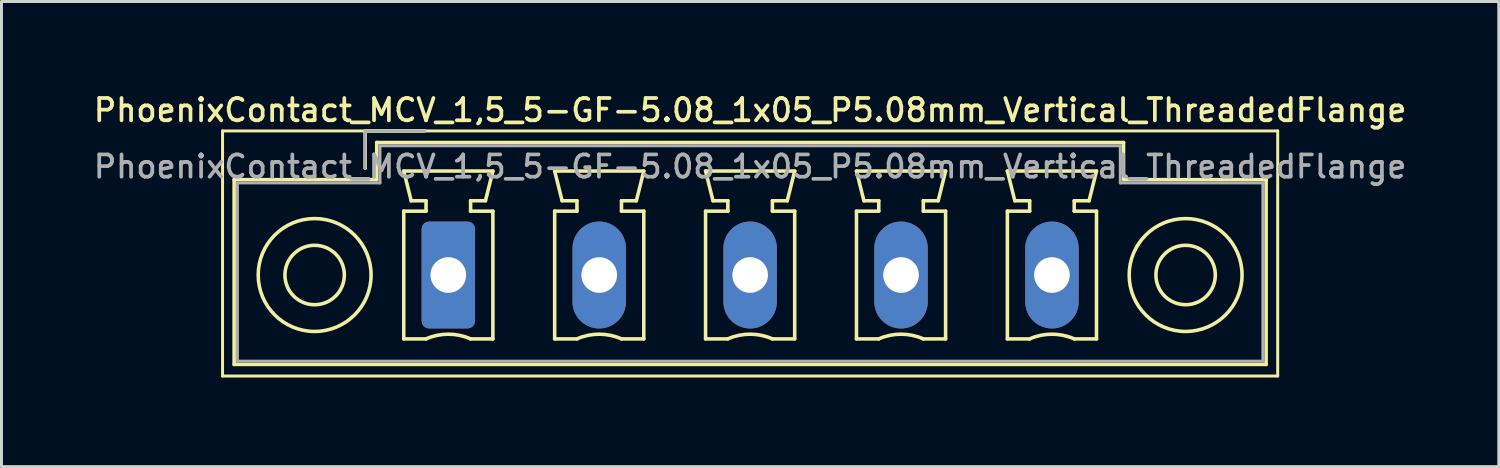
<source format=kicad_pcb>
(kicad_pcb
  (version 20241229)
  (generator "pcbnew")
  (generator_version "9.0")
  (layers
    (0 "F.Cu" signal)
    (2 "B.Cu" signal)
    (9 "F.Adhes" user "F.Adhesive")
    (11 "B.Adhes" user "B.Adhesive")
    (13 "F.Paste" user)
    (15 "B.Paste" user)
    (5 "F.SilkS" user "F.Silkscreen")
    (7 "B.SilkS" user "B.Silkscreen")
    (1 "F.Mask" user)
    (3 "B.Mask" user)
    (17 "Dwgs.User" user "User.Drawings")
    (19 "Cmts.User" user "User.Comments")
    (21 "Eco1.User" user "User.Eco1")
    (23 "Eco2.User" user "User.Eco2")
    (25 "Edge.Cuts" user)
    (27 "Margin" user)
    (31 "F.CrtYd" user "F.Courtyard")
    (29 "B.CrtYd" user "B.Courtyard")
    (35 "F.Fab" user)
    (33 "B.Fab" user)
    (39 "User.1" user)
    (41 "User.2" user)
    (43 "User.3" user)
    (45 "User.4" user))
  (footprint "PhoenixContact_MCV_1,5_5-GF-5.08_1x05_P5.08mm_Vertical_ThreadedFlange"
    (layer "F.Cu")
    (at 12.042 6.208)
    (property "Reference" "PhoenixContact_MCV_1,5_5-GF-5.08_1x05_P5.08mm_Vertical_ThreadedFlange" (at 10.16 -5.55 0) (layer "F.SilkS") (effects (font (size 0.75 0.75) (thickness 0.125))))
    (attr through_hole)
    (fp_line (start -7.6 -4.85) (end -7.6 3.4) (stroke (width 0.1) (type solid)) (layer "F.SilkS"))
    (fp_line (start -7.6 3.4) (end 27.92 3.4) (stroke (width 0.1) (type solid)) (layer "F.SilkS"))
    (fp_line (start -7.21 -3.21) (end -7.21 3.01) (stroke (width 0.12) (type solid)) (layer "F.SilkS"))
    (fp_line (start -7.21 3.01) (end 27.53 3.01) (stroke (width 0.12) (type solid)) (layer "F.SilkS"))
    (fp_line (start -2.8 -4.85) (end -0.8 -4.85) (stroke (width 0.12) (type solid)) (layer "F.SilkS"))
    (fp_line (start -2.8 -3.6) (end -2.8 -4.85) (stroke (width 0.12) (type solid)) (layer "F.SilkS"))
    (fp_line (start -2.41 -4.46) (end -2.41 -3.21) (stroke (width 0.12) (type solid)) (layer "F.SilkS"))
    (fp_line (start -2.41 -3.21) (end -7.21 -3.21) (stroke (width 0.12) (type solid)) (layer "F.SilkS"))
    (fp_line (start -1.5 -3.5) (end 1.5 -3.5) (stroke (width 0.12) (type solid)) (layer "F.SilkS"))
    (fp_line (start -1.5 -2.15) (end -0.75 -2.15) (stroke (width 0.12) (type solid)) (layer "F.SilkS"))
    (fp_line (start -1.5 2.15) (end -1.5 -2.15) (stroke (width 0.12) (type solid)) (layer "F.SilkS"))
    (fp_line (start -1.25 -2.5) (end -1.5 -3.5) (stroke (width 0.12) (type solid)) (layer "F.SilkS"))
    (fp_line (start -0.75 -2.5) (end -1.25 -2.5) (stroke (width 0.12) (type solid)) (layer "F.SilkS"))
    (fp_line (start -0.75 -2.15) (end -0.75 -2.5) (stroke (width 0.12) (type solid)) (layer "F.SilkS"))
    (fp_line (start -0.75 2.15) (end -1.5 2.15) (stroke (width 0.12) (type solid)) (layer "F.SilkS"))
    (fp_line (start 0.75 -2.5) (end 0.75 -2.15) (stroke (width 0.12) (type solid)) (layer "F.SilkS"))
    (fp_line (start 0.75 -2.15) (end 1.5 -2.15) (stroke (width 0.12) (type solid)) (layer "F.SilkS"))
    (fp_line (start 1.25 -2.5) (end 0.75 -2.5) (stroke (width 0.12) (type solid)) (layer "F.SilkS"))
    (fp_line (start 1.5 -3.5) (end 1.25 -2.5) (stroke (width 0.12) (type solid)) (layer "F.SilkS"))
    (fp_line (start 1.5 -2.15) (end 1.5 2.15) (stroke (width 0.12) (type solid)) (layer "F.SilkS"))
    (fp_line (start 1.5 2.15) (end 0.75 2.15) (stroke (width 0.12) (type solid)) (layer "F.SilkS"))
    (fp_line (start 3.58 -3.5) (end 6.58 -3.5) (stroke (width 0.12) (type solid)) (layer "F.SilkS"))
    (fp_line (start 3.58 -2.15) (end 4.33 -2.15) (stroke (width 0.12) (type solid)) (layer "F.SilkS"))
    (fp_line (start 3.58 2.15) (end 3.58 -2.15) (stroke (width 0.12) (type solid)) (layer "F.SilkS"))
    (fp_line (start 3.83 -2.5) (end 3.58 -3.5) (stroke (width 0.12) (type solid)) (layer "F.SilkS"))
    (fp_line (start 4.33 -2.5) (end 3.83 -2.5) (stroke (width 0.12) (type solid)) (layer "F.SilkS"))
    (fp_line (start 4.33 -2.15) (end 4.33 -2.5) (stroke (width 0.12) (type solid)) (layer "F.SilkS"))
    (fp_line (start 4.33 2.15) (end 3.58 2.15) (stroke (width 0.12) (type solid)) (layer "F.SilkS"))
    (fp_line (start 5.83 -2.5) (end 5.83 -2.15) (stroke (width 0.12) (type solid)) (layer "F.SilkS"))
    (fp_line (start 5.83 -2.15) (end 6.58 -2.15) (stroke (width 0.12) (type solid)) (layer "F.SilkS"))
    (fp_line (start 6.33 -2.5) (end 5.83 -2.5) (stroke (width 0.12) (type solid)) (layer "F.SilkS"))
    (fp_line (start 6.58 -3.5) (end 6.33 -2.5) (stroke (width 0.12) (type solid)) (layer "F.SilkS"))
    (fp_line (start 6.58 -2.15) (end 6.58 2.15) (stroke (width 0.12) (type solid)) (layer "F.SilkS"))
    (fp_line (start 6.58 2.15) (end 5.83 2.15) (stroke (width 0.12) (type solid)) (layer "F.SilkS"))
    (fp_line (start 8.66 -3.5) (end 11.66 -3.5) (stroke (width 0.12) (type solid)) (layer "F.SilkS"))
    (fp_line (start 8.66 -2.15) (end 9.41 -2.15) (stroke (width 0.12) (type solid)) (layer "F.SilkS"))
    (fp_line (start 8.66 2.15) (end 8.66 -2.15) (stroke (width 0.12) (type solid)) (layer "F.SilkS"))
    (fp_line (start 8.91 -2.5) (end 8.66 -3.5) (stroke (width 0.12) (type solid)) (layer "F.SilkS"))
    (fp_line (start 9.41 -2.5) (end 8.91 -2.5) (stroke (width 0.12) (type solid)) (layer "F.SilkS"))
    (fp_line (start 9.41 -2.15) (end 9.41 -2.5) (stroke (width 0.12) (type solid)) (layer "F.SilkS"))
    (fp_line (start 9.41 2.15) (end 8.66 2.15) (stroke (width 0.12) (type solid)) (layer "F.SilkS"))
    (fp_line (start 10.91 -2.5) (end 10.91 -2.15) (stroke (width 0.12) (type solid)) (layer "F.SilkS"))
    (fp_line (start 10.91 -2.15) (end 11.66 -2.15) (stroke (width 0.12) (type solid)) (layer "F.SilkS"))
    (fp_line (start 11.41 -2.5) (end 10.91 -2.5) (stroke (width 0.12) (type solid)) (layer "F.SilkS"))
    (fp_line (start 11.66 -3.5) (end 11.41 -2.5) (stroke (width 0.12) (type solid)) (layer "F.SilkS"))
    (fp_line (start 11.66 -2.15) (end 11.66 2.15) (stroke (width 0.12) (type solid)) (layer "F.SilkS"))
    (fp_line (start 11.66 2.15) (end 10.91 2.15) (stroke (width 0.12) (type solid)) (layer "F.SilkS"))
    (fp_line (start 13.74 -3.5) (end 16.74 -3.5) (stroke (width 0.12) (type solid)) (layer "F.SilkS"))
    (fp_line (start 13.74 -2.15) (end 14.49 -2.15) (stroke (width 0.12) (type solid)) (layer "F.SilkS"))
    (fp_line (start 13.74 2.15) (end 13.74 -2.15) (stroke (width 0.12) (type solid)) (layer "F.SilkS"))
    (fp_line (start 13.99 -2.5) (end 13.74 -3.5) (stroke (width 0.12) (type solid)) (layer "F.SilkS"))
    (fp_line (start 14.49 -2.5) (end 13.99 -2.5) (stroke (width 0.12) (type solid)) (layer "F.SilkS"))
    (fp_line (start 14.49 -2.15) (end 14.49 -2.5) (stroke (width 0.12) (type solid)) (layer "F.SilkS"))
    (fp_line (start 14.49 2.15) (end 13.74 2.15) (stroke (width 0.12) (type solid)) (layer "F.SilkS"))
    (fp_line (start 15.99 -2.5) (end 15.99 -2.15) (stroke (width 0.12) (type solid)) (layer "F.SilkS"))
    (fp_line (start 15.99 -2.15) (end 16.74 -2.15) (stroke (width 0.12) (type solid)) (layer "F.SilkS"))
    (fp_line (start 16.49 -2.5) (end 15.99 -2.5) (stroke (width 0.12) (type solid)) (layer "F.SilkS"))
    (fp_line (start 16.74 -3.5) (end 16.49 -2.5) (stroke (width 0.12) (type solid)) (layer "F.SilkS"))
    (fp_line (start 16.74 -2.15) (end 16.74 2.15) (stroke (width 0.12) (type solid)) (layer "F.SilkS"))
    (fp_line (start 16.74 2.15) (end 15.99 2.15) (stroke (width 0.12) (type solid)) (layer "F.SilkS"))
    (fp_line (start 18.82 -3.5) (end 21.82 -3.5) (stroke (width 0.12) (type solid)) (layer "F.SilkS"))
    (fp_line (start 18.82 -2.15) (end 19.57 -2.15) (stroke (width 0.12) (type solid)) (layer "F.SilkS"))
    (fp_line (start 18.82 2.15) (end 18.82 -2.15) (stroke (width 0.12) (type solid)) (layer "F.SilkS"))
    (fp_line (start 19.07 -2.5) (end 18.82 -3.5) (stroke (width 0.12) (type solid)) (layer "F.SilkS"))
    (fp_line (start 19.57 -2.5) (end 19.07 -2.5) (stroke (width 0.12) (type solid)) (layer "F.SilkS"))
    (fp_line (start 19.57 -2.15) (end 19.57 -2.5) (stroke (width 0.12) (type solid)) (layer "F.SilkS"))
    (fp_line (start 19.57 2.15) (end 18.82 2.15) (stroke (width 0.12) (type solid)) (layer "F.SilkS"))
    (fp_line (start 21.07 -2.5) (end 21.07 -2.15) (stroke (width 0.12) (type solid)) (layer "F.SilkS"))
    (fp_line (start 21.07 -2.15) (end 21.82 -2.15) (stroke (width 0.12) (type solid)) (layer "F.SilkS"))
    (fp_line (start 21.57 -2.5) (end 21.07 -2.5) (stroke (width 0.12) (type solid)) (layer "F.SilkS"))
    (fp_line (start 21.82 -3.5) (end 21.57 -2.5) (stroke (width 0.12) (type solid)) (layer "F.SilkS"))
    (fp_line (start 21.82 -2.15) (end 21.82 2.15) (stroke (width 0.12) (type solid)) (layer "F.SilkS"))
    (fp_line (start 21.82 2.15) (end 21.07 2.15) (stroke (width 0.12) (type solid)) (layer "F.SilkS"))
    (fp_line (start 22.73 -4.46) (end -2.41 -4.46) (stroke (width 0.12) (type solid)) (layer "F.SilkS"))
    (fp_line (start 22.73 -3.21) (end 22.73 -4.46) (stroke (width 0.12) (type solid)) (layer "F.SilkS"))
    (fp_line (start 27.53 -3.21) (end 22.73 -3.21) (stroke (width 0.12) (type solid)) (layer "F.SilkS"))
    (fp_line (start 27.53 3.01) (end 27.53 -3.21) (stroke (width 0.12) (type solid)) (layer "F.SilkS"))
    (fp_line (start 27.92 -4.85) (end -7.6 -4.85) (stroke (width 0.1) (type solid)) (layer "F.SilkS"))
    (fp_line (start 27.92 3.4) (end 27.92 -4.85) (stroke (width 0.1) (type solid)) (layer "F.SilkS"))
    (fp_arc (start -0.75 2.15) (mid -0.000193 1.99191) (end 0.749647 2.149844) (stroke (width 0.12) (type solid)) (layer "F.SilkS"))
    (fp_arc (start 4.33 2.15) (mid 5.079807 1.99191) (end 5.829647 2.149844) (stroke (width 0.12) (type solid)) (layer "F.SilkS"))
    (fp_arc (start 9.41 2.15) (mid 10.159807 1.99191) (end 10.909647 2.149844) (stroke (width 0.12) (type solid)) (layer "F.SilkS"))
    (fp_arc (start 14.49 2.15) (mid 15.239807 1.99191) (end 15.989647 2.149844) (stroke (width 0.12) (type solid)) (layer "F.SilkS"))
    (fp_arc (start 19.57 2.15) (mid 20.319807 1.99191) (end 21.069647 2.149844) (stroke (width 0.12) (type solid)) (layer "F.SilkS"))
    (fp_circle (center -4.5 0) (end -3.5 0) (stroke (width 0.12) (type solid)) (fill no) (layer "F.SilkS"))
    (fp_circle (center -4.5 0) (end -2.6 0) (stroke (width 0.12) (type solid)) (fill no) (layer "F.SilkS"))
    (fp_circle (center 24.82 0) (end 25.82 0) (stroke (width 0.12) (type solid)) (fill no) (layer "F.SilkS"))
    (fp_circle (center 24.82 0) (end 26.72 0) (stroke (width 0.12) (type solid)) (fill no) (layer "F.SilkS"))
    (fp_line (start -7.1 -3.1) (end -7.1 2.9) (stroke (width 0.1) (type solid)) (layer "F.Fab"))
    (fp_line (start -7.1 2.9) (end 27.42 2.9) (stroke (width 0.1) (type solid)) (layer "F.Fab"))
    (fp_line (start -2.8 -4.85) (end -0.8 -4.85) (stroke (width 0.1) (type solid)) (layer "F.Fab"))
    (fp_line (start -2.8 -3.6) (end -2.8 -4.85) (stroke (width 0.1) (type solid)) (layer "F.Fab"))
    (fp_line (start -2.3 -4.35) (end -2.3 -3.1) (stroke (width 0.1) (type solid)) (layer "F.Fab"))
    (fp_line (start -2.3 -3.1) (end -7.1 -3.1) (stroke (width 0.1) (type solid)) (layer "F.Fab"))
    (fp_line (start 22.62 -4.35) (end -2.3 -4.35) (stroke (width 0.1) (type solid)) (layer "F.Fab"))
    (fp_line (start 22.62 -3.1) (end 22.62 -4.35) (stroke (width 0.1) (type solid)) (layer "F.Fab"))
    (fp_line (start 27.42 -3.1) (end 22.62 -3.1) (stroke (width 0.1) (type solid)) (layer "F.Fab"))
    (fp_line (start 27.42 2.9) (end 27.42 -3.1) (stroke (width 0.1) (type solid)) (layer "F.Fab"))
    (fp_text user "${REFERENCE}" (at 10.16 -3.65 0) (layer "F.Fab") (effects (font (size 0.75 0.75) (thickness 0.125))))
    (pad "1" thru_hole roundrect (at 0 0) (size 1.8 3.6) (drill 1.2) (layers "*.Cu" "*.Mask") (roundrect_rratio 0.139))
    (pad "2" thru_hole oval (at 5.08 0) (size 1.8 3.6) (drill 1.2) (layers "*.Cu" "*.Mask"))
    (pad "3" thru_hole oval (at 10.16 0) (size 1.8 3.6) (drill 1.2) (layers "*.Cu" "*.Mask"))
    (pad "4" thru_hole oval (at 15.24 0) (size 1.8 3.6) (drill 1.2) (layers "*.Cu" "*.Mask"))
    (pad "5" thru_hole oval (at 20.32 0) (size 1.8 3.6) (drill 1.2) (layers "*.Cu" "*.Mask")))
  (gr_rect
    (start -3 -3)
    (end 47.404 12.658)
    (stroke (width 0.1) (type default))
    (fill no)
    (layer "Edge.Cuts")))
</source>
